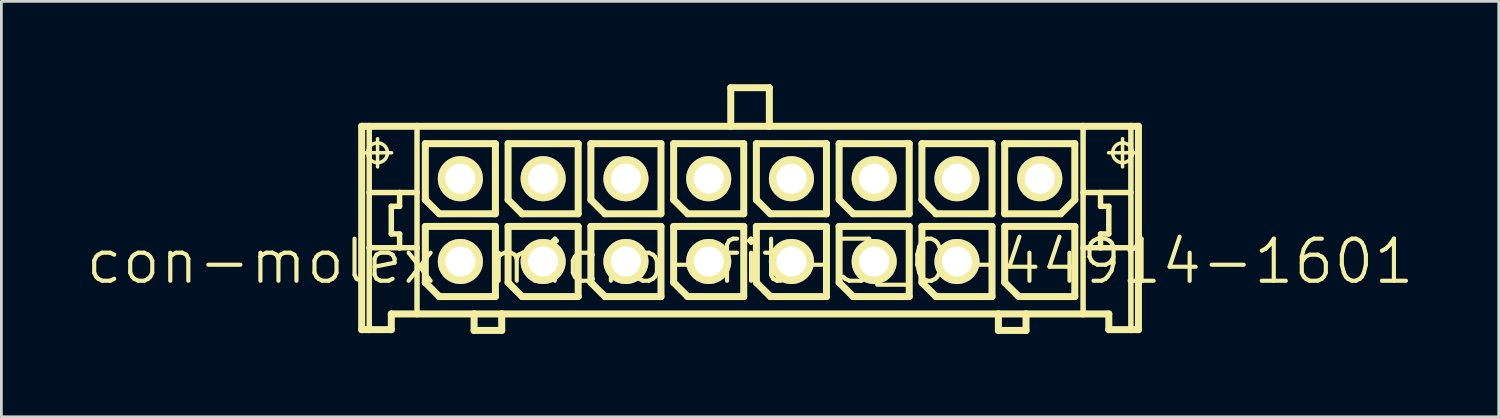
<source format=kicad_pcb>
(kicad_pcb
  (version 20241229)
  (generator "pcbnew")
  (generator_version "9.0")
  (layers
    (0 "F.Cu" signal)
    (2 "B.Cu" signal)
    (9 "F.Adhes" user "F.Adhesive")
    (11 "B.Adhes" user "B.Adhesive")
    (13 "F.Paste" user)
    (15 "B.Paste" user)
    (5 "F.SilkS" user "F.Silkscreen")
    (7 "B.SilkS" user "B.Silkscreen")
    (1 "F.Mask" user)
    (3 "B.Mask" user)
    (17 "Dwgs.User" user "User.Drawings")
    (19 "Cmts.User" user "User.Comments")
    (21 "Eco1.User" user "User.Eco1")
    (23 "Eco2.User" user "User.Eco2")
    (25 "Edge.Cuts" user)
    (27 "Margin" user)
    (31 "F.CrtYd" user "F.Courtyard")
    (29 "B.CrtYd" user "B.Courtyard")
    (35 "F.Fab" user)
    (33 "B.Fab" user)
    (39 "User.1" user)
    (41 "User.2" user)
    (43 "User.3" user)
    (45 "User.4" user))
  (footprint "con-molex-micro-fit-3_0-44914-1601"
    (layer "F.Cu")
    (at 24.13 6.426)
    (property "Reference" "con-molex-micro-fit-3_0-44914-1601" (at 0 0 0) (layer "F.SilkS") (effects (font (size 1.524 1.524) (thickness 0.15))))
    (attr exclude_from_pos_files exclude_from_bom)
    (fp_line (start -14.074 -4.9) (end -13.8 -4.9) (stroke (width 0.254) (type solid)) (layer "F.SilkS"))
    (fp_line (start -14.074 2.469) (end -14.074 -4.9) (stroke (width 0.254) (type solid)) (layer "F.SilkS"))
    (fp_line (start -14.008 -3.94) (end -12.99 -3.94) (stroke (width 0.127) (type solid)) (layer "F.SilkS"))
    (fp_line (start -13.8 -4.9) (end -12.068 -4.9) (stroke (width 0.254) (type solid)) (layer "F.SilkS"))
    (fp_line (start -13.8 -2.499) (end -13.8 -4.9) (stroke (width 0.198) (type solid)) (layer "F.SilkS"))
    (fp_line (start -13.8 -0.498) (end -13.8 -2.499) (stroke (width 0.198) (type solid)) (layer "F.SilkS"))
    (fp_line (start -13.8 2.469) (end -14.074 2.469) (stroke (width 0.254) (type solid)) (layer "F.SilkS"))
    (fp_line (start -13.8 2.469) (end -13.8 -0.498) (stroke (width 0.198) (type solid)) (layer "F.SilkS"))
    (fp_line (start -13.498 -3.429) (end -13.498 -4.448) (stroke (width 0.127) (type solid)) (layer "F.SilkS"))
    (fp_line (start -13 -1.999) (end -13 -0.998) (stroke (width 0.198) (type solid)) (layer "F.SilkS"))
    (fp_line (start -13 -0.998) (end -12.7 -0.998) (stroke (width 0.198) (type solid)) (layer "F.SilkS"))
    (fp_line (start -13 1.9) (end -13 2.469) (stroke (width 0.254) (type solid)) (layer "F.SilkS"))
    (fp_line (start -13 2.469) (end -13.8 2.469) (stroke (width 0.254) (type solid)) (layer "F.SilkS"))
    (fp_line (start -12.7 -2.499) (end -13.8 -2.499) (stroke (width 0.198) (type solid)) (layer "F.SilkS"))
    (fp_line (start -12.7 -2.499) (end -12.7 -1.999) (stroke (width 0.198) (type solid)) (layer "F.SilkS"))
    (fp_line (start -12.7 -1.999) (end -13 -1.999) (stroke (width 0.198) (type solid)) (layer "F.SilkS"))
    (fp_line (start -12.7 -0.998) (end -12.7 -0.498) (stroke (width 0.198) (type solid)) (layer "F.SilkS"))
    (fp_line (start -12.7 -0.498) (end -13.8 -0.498) (stroke (width 0.198) (type solid)) (layer "F.SilkS"))
    (fp_line (start -12.068 -4.9) (end -0.699 -4.9) (stroke (width 0.254) (type solid)) (layer "F.SilkS"))
    (fp_line (start -12.068 -2.499) (end -12.7 -2.499) (stroke (width 0.198) (type solid)) (layer "F.SilkS"))
    (fp_line (start -12.068 -2.499) (end -12.068 -4.9) (stroke (width 0.198) (type solid)) (layer "F.SilkS"))
    (fp_line (start -12.068 -0.498) (end -12.7 -0.498) (stroke (width 0.198) (type solid)) (layer "F.SilkS"))
    (fp_line (start -12.068 -0.498) (end -12.068 -2.499) (stroke (width 0.198) (type solid)) (layer "F.SilkS"))
    (fp_line (start -12.068 1.9) (end -13 1.9) (stroke (width 0.254) (type solid)) (layer "F.SilkS"))
    (fp_line (start -12.068 1.9) (end -12.068 -0.498) (stroke (width 0.198) (type solid)) (layer "F.SilkS"))
    (fp_line (start -11.768 -4.27) (end -9.228 -4.27) (stroke (width 0.254) (type solid)) (layer "F.SilkS"))
    (fp_line (start -11.768 -2.238) (end -11.768 -4.27) (stroke (width 0.254) (type solid)) (layer "F.SilkS"))
    (fp_line (start -11.768 -1.27) (end -9.228 -1.27) (stroke (width 0.254) (type solid)) (layer "F.SilkS"))
    (fp_line (start -11.768 0.762) (end -11.768 -1.27) (stroke (width 0.254) (type solid)) (layer "F.SilkS"))
    (fp_line (start -11.26 -1.73) (end -11.768 -2.238) (stroke (width 0.254) (type solid)) (layer "F.SilkS"))
    (fp_line (start -11.26 1.27) (end -11.768 0.762) (stroke (width 0.254) (type solid)) (layer "F.SilkS"))
    (fp_line (start -10 1.9) (end -12.068 1.9) (stroke (width 0.254) (type solid)) (layer "F.SilkS"))
    (fp_line (start -10 1.9) (end -10 2.499) (stroke (width 0.254) (type solid)) (layer "F.SilkS"))
    (fp_line (start -10 2.499) (end -8.999 2.499) (stroke (width 0.254) (type solid)) (layer "F.SilkS"))
    (fp_line (start -9.228 -4.27) (end -9.228 -1.73) (stroke (width 0.254) (type solid)) (layer "F.SilkS"))
    (fp_line (start -9.228 -1.73) (end -11.26 -1.73) (stroke (width 0.254) (type solid)) (layer "F.SilkS"))
    (fp_line (start -9.228 -1.27) (end -9.228 1.27) (stroke (width 0.254) (type solid)) (layer "F.SilkS"))
    (fp_line (start -9.228 1.27) (end -11.26 1.27) (stroke (width 0.254) (type solid)) (layer "F.SilkS"))
    (fp_line (start -8.999 1.9) (end -10 1.9) (stroke (width 0.254) (type solid)) (layer "F.SilkS"))
    (fp_line (start -8.999 2.499) (end -8.999 1.9) (stroke (width 0.254) (type solid)) (layer "F.SilkS"))
    (fp_line (start -8.768 -4.27) (end -6.228 -4.27) (stroke (width 0.254) (type solid)) (layer "F.SilkS"))
    (fp_line (start -8.768 -2.238) (end -8.768 -4.27) (stroke (width 0.254) (type solid)) (layer "F.SilkS"))
    (fp_line (start -8.768 -1.27) (end -6.228 -1.27) (stroke (width 0.254) (type solid)) (layer "F.SilkS"))
    (fp_line (start -8.768 0.762) (end -8.768 -1.27) (stroke (width 0.254) (type solid)) (layer "F.SilkS"))
    (fp_line (start -8.26 -1.73) (end -8.768 -2.238) (stroke (width 0.254) (type solid)) (layer "F.SilkS"))
    (fp_line (start -8.26 1.27) (end -8.768 0.762) (stroke (width 0.254) (type solid)) (layer "F.SilkS"))
    (fp_line (start -6.228 -4.27) (end -6.228 -1.73) (stroke (width 0.254) (type solid)) (layer "F.SilkS"))
    (fp_line (start -6.228 -1.73) (end -8.26 -1.73) (stroke (width 0.254) (type solid)) (layer "F.SilkS"))
    (fp_line (start -6.228 -1.27) (end -6.228 1.27) (stroke (width 0.254) (type solid)) (layer "F.SilkS"))
    (fp_line (start -6.228 1.27) (end -8.26 1.27) (stroke (width 0.254) (type solid)) (layer "F.SilkS"))
    (fp_line (start -5.768 -4.27) (end -3.228 -4.27) (stroke (width 0.254) (type solid)) (layer "F.SilkS"))
    (fp_line (start -5.768 -2.238) (end -5.768 -4.27) (stroke (width 0.254) (type solid)) (layer "F.SilkS"))
    (fp_line (start -5.768 -1.27) (end -3.228 -1.27) (stroke (width 0.254) (type solid)) (layer "F.SilkS"))
    (fp_line (start -5.768 0.762) (end -5.768 -1.27) (stroke (width 0.254) (type solid)) (layer "F.SilkS"))
    (fp_line (start -5.26 -1.73) (end -5.768 -2.238) (stroke (width 0.254) (type solid)) (layer "F.SilkS"))
    (fp_line (start -5.26 1.27) (end -5.768 0.762) (stroke (width 0.254) (type solid)) (layer "F.SilkS"))
    (fp_line (start -3.228 -4.27) (end -3.228 -1.73) (stroke (width 0.254) (type solid)) (layer "F.SilkS"))
    (fp_line (start -3.228 -1.73) (end -5.26 -1.73) (stroke (width 0.254) (type solid)) (layer "F.SilkS"))
    (fp_line (start -3.228 -1.27) (end -3.228 1.27) (stroke (width 0.254) (type solid)) (layer "F.SilkS"))
    (fp_line (start -3.228 1.27) (end -5.26 1.27) (stroke (width 0.254) (type solid)) (layer "F.SilkS"))
    (fp_line (start -2.769 -4.27) (end -0.229 -4.27) (stroke (width 0.254) (type solid)) (layer "F.SilkS"))
    (fp_line (start -2.769 -2.238) (end -2.769 -4.27) (stroke (width 0.254) (type solid)) (layer "F.SilkS"))
    (fp_line (start -2.769 -1.27) (end -0.229 -1.27) (stroke (width 0.254) (type solid)) (layer "F.SilkS"))
    (fp_line (start -2.769 0.762) (end -2.769 -1.27) (stroke (width 0.254) (type solid)) (layer "F.SilkS"))
    (fp_line (start -2.261 -1.73) (end -2.769 -2.238) (stroke (width 0.254) (type solid)) (layer "F.SilkS"))
    (fp_line (start -2.261 1.27) (end -2.769 0.762) (stroke (width 0.254) (type solid)) (layer "F.SilkS"))
    (fp_line (start -0.699 -6.299) (end -0.699 -4.9) (stroke (width 0.254) (type solid)) (layer "F.SilkS"))
    (fp_line (start -0.699 -6.299) (end 0.699 -6.299) (stroke (width 0.254) (type solid)) (layer "F.SilkS"))
    (fp_line (start -0.699 -4.9) (end 0.699 -4.9) (stroke (width 0.254) (type solid)) (layer "F.SilkS"))
    (fp_line (start -0.229 -4.27) (end -0.229 -1.73) (stroke (width 0.254) (type solid)) (layer "F.SilkS"))
    (fp_line (start -0.229 -1.73) (end -2.261 -1.73) (stroke (width 0.254) (type solid)) (layer "F.SilkS"))
    (fp_line (start -0.229 -1.27) (end -0.229 1.27) (stroke (width 0.254) (type solid)) (layer "F.SilkS"))
    (fp_line (start -0.229 1.27) (end -2.261 1.27) (stroke (width 0.254) (type solid)) (layer "F.SilkS"))
    (fp_line (start 0.229 -4.27) (end 2.769 -4.27) (stroke (width 0.254) (type solid)) (layer "F.SilkS"))
    (fp_line (start 0.229 -2.238) (end 0.229 -4.27) (stroke (width 0.254) (type solid)) (layer "F.SilkS"))
    (fp_line (start 0.229 -1.27) (end 2.769 -1.27) (stroke (width 0.254) (type solid)) (layer "F.SilkS"))
    (fp_line (start 0.229 0.762) (end 0.229 -1.27) (stroke (width 0.254) (type solid)) (layer "F.SilkS"))
    (fp_line (start 0.699 -6.299) (end 0.699 -4.9) (stroke (width 0.254) (type solid)) (layer "F.SilkS"))
    (fp_line (start 0.699 -4.9) (end 12.068 -4.9) (stroke (width 0.254) (type solid)) (layer "F.SilkS"))
    (fp_line (start 0.737 -1.73) (end 0.229 -2.238) (stroke (width 0.254) (type solid)) (layer "F.SilkS"))
    (fp_line (start 0.737 1.27) (end 0.229 0.762) (stroke (width 0.254) (type solid)) (layer "F.SilkS"))
    (fp_line (start 2.769 -4.27) (end 2.769 -1.73) (stroke (width 0.254) (type solid)) (layer "F.SilkS"))
    (fp_line (start 2.769 -1.73) (end 0.737 -1.73) (stroke (width 0.254) (type solid)) (layer "F.SilkS"))
    (fp_line (start 2.769 -1.27) (end 2.769 1.27) (stroke (width 0.254) (type solid)) (layer "F.SilkS"))
    (fp_line (start 2.769 1.27) (end 0.737 1.27) (stroke (width 0.254) (type solid)) (layer "F.SilkS"))
    (fp_line (start 3.228 -4.27) (end 5.768 -4.27) (stroke (width 0.254) (type solid)) (layer "F.SilkS"))
    (fp_line (start 3.228 -2.238) (end 3.228 -4.27) (stroke (width 0.254) (type solid)) (layer "F.SilkS"))
    (fp_line (start 3.228 -1.27) (end 5.768 -1.27) (stroke (width 0.254) (type solid)) (layer "F.SilkS"))
    (fp_line (start 3.228 0.762) (end 3.228 -1.27) (stroke (width 0.254) (type solid)) (layer "F.SilkS"))
    (fp_line (start 3.736 -1.73) (end 3.228 -2.238) (stroke (width 0.254) (type solid)) (layer "F.SilkS"))
    (fp_line (start 3.736 1.27) (end 3.228 0.762) (stroke (width 0.254) (type solid)) (layer "F.SilkS"))
    (fp_line (start 5.768 -4.27) (end 5.768 -1.73) (stroke (width 0.254) (type solid)) (layer "F.SilkS"))
    (fp_line (start 5.768 -1.73) (end 3.736 -1.73) (stroke (width 0.254) (type solid)) (layer "F.SilkS"))
    (fp_line (start 5.768 -1.27) (end 5.768 1.27) (stroke (width 0.254) (type solid)) (layer "F.SilkS"))
    (fp_line (start 5.768 1.27) (end 3.736 1.27) (stroke (width 0.254) (type solid)) (layer "F.SilkS"))
    (fp_line (start 6.228 -4.27) (end 8.768 -4.27) (stroke (width 0.254) (type solid)) (layer "F.SilkS"))
    (fp_line (start 6.228 -2.238) (end 6.228 -4.27) (stroke (width 0.254) (type solid)) (layer "F.SilkS"))
    (fp_line (start 6.228 -1.27) (end 8.768 -1.27) (stroke (width 0.254) (type solid)) (layer "F.SilkS"))
    (fp_line (start 6.228 0.762) (end 6.228 -1.27) (stroke (width 0.254) (type solid)) (layer "F.SilkS"))
    (fp_line (start 6.736 -1.73) (end 6.228 -2.238) (stroke (width 0.254) (type solid)) (layer "F.SilkS"))
    (fp_line (start 6.736 1.27) (end 6.228 0.762) (stroke (width 0.254) (type solid)) (layer "F.SilkS"))
    (fp_line (start 8.768 -4.27) (end 8.768 -1.73) (stroke (width 0.254) (type solid)) (layer "F.SilkS"))
    (fp_line (start 8.768 -1.73) (end 6.736 -1.73) (stroke (width 0.254) (type solid)) (layer "F.SilkS"))
    (fp_line (start 8.768 -1.27) (end 8.768 1.27) (stroke (width 0.254) (type solid)) (layer "F.SilkS"))
    (fp_line (start 8.768 1.27) (end 6.736 1.27) (stroke (width 0.254) (type solid)) (layer "F.SilkS"))
    (fp_line (start 8.999 1.9) (end -8.999 1.9) (stroke (width 0.254) (type solid)) (layer "F.SilkS"))
    (fp_line (start 8.999 1.9) (end 8.999 2.499) (stroke (width 0.254) (type solid)) (layer "F.SilkS"))
    (fp_line (start 8.999 2.499) (end 10 2.499) (stroke (width 0.254) (type solid)) (layer "F.SilkS"))
    (fp_line (start 9.228 -4.27) (end 9.228 -1.73) (stroke (width 0.254) (type solid)) (layer "F.SilkS"))
    (fp_line (start 9.228 -1.73) (end 11.26 -1.73) (stroke (width 0.254) (type solid)) (layer "F.SilkS"))
    (fp_line (start 9.228 -1.27) (end 11.768 -1.27) (stroke (width 0.254) (type solid)) (layer "F.SilkS"))
    (fp_line (start 9.228 0.762) (end 9.228 -1.27) (stroke (width 0.254) (type solid)) (layer "F.SilkS"))
    (fp_line (start 9.736 1.27) (end 9.228 0.762) (stroke (width 0.254) (type solid)) (layer "F.SilkS"))
    (fp_line (start 10 1.9) (end 8.999 1.9) (stroke (width 0.254) (type solid)) (layer "F.SilkS"))
    (fp_line (start 10 2.499) (end 10 1.9) (stroke (width 0.254) (type solid)) (layer "F.SilkS"))
    (fp_line (start 11.26 -1.73) (end 11.768 -2.238) (stroke (width 0.254) (type solid)) (layer "F.SilkS"))
    (fp_line (start 11.768 -4.27) (end 9.228 -4.27) (stroke (width 0.254) (type solid)) (layer "F.SilkS"))
    (fp_line (start 11.768 -2.238) (end 11.768 -4.27) (stroke (width 0.254) (type solid)) (layer "F.SilkS"))
    (fp_line (start 11.768 -1.27) (end 11.768 1.27) (stroke (width 0.254) (type solid)) (layer "F.SilkS"))
    (fp_line (start 11.768 1.27) (end 9.736 1.27) (stroke (width 0.254) (type solid)) (layer "F.SilkS"))
    (fp_line (start 12.068 -4.9) (end 12.068 -2.499) (stroke (width 0.198) (type solid)) (layer "F.SilkS"))
    (fp_line (start 12.068 -4.9) (end 13.8 -4.9) (stroke (width 0.254) (type solid)) (layer "F.SilkS"))
    (fp_line (start 12.068 -2.499) (end 12.068 -0.498) (stroke (width 0.198) (type solid)) (layer "F.SilkS"))
    (fp_line (start 12.068 -2.499) (end 12.7 -2.499) (stroke (width 0.198) (type solid)) (layer "F.SilkS"))
    (fp_line (start 12.068 -0.498) (end 12.068 1.9) (stroke (width 0.198) (type solid)) (layer "F.SilkS"))
    (fp_line (start 12.068 -0.498) (end 12.7 -0.498) (stroke (width 0.198) (type solid)) (layer "F.SilkS"))
    (fp_line (start 12.068 1.9) (end 10 1.9) (stroke (width 0.254) (type solid)) (layer "F.SilkS"))
    (fp_line (start 12.7 -2.499) (end 12.7 -1.999) (stroke (width 0.198) (type solid)) (layer "F.SilkS"))
    (fp_line (start 12.7 -2.499) (end 13.8 -2.499) (stroke (width 0.198) (type solid)) (layer "F.SilkS"))
    (fp_line (start 12.7 -1.999) (end 13 -1.999) (stroke (width 0.198) (type solid)) (layer "F.SilkS"))
    (fp_line (start 12.7 -0.998) (end 12.7 -0.498) (stroke (width 0.198) (type solid)) (layer "F.SilkS"))
    (fp_line (start 12.7 -0.498) (end 13.8 -0.498) (stroke (width 0.198) (type solid)) (layer "F.SilkS"))
    (fp_line (start 12.99 -3.94) (end 14.008 -3.94) (stroke (width 0.127) (type solid)) (layer "F.SilkS"))
    (fp_line (start 13 -1.999) (end 13 -0.998) (stroke (width 0.198) (type solid)) (layer "F.SilkS"))
    (fp_line (start 13 -0.998) (end 12.7 -0.998) (stroke (width 0.198) (type solid)) (layer "F.SilkS"))
    (fp_line (start 13 1.9) (end 12.068 1.9) (stroke (width 0.254) (type solid)) (layer "F.SilkS"))
    (fp_line (start 13 2.469) (end 13 1.9) (stroke (width 0.254) (type solid)) (layer "F.SilkS"))
    (fp_line (start 13 2.469) (end 13.8 2.469) (stroke (width 0.254) (type solid)) (layer "F.SilkS"))
    (fp_line (start 13.498 -3.429) (end 13.498 -4.448) (stroke (width 0.127) (type solid)) (layer "F.SilkS"))
    (fp_line (start 13.8 -4.9) (end 14.074 -4.9) (stroke (width 0.254) (type solid)) (layer "F.SilkS"))
    (fp_line (start 13.8 -2.499) (end 13.8 -4.9) (stroke (width 0.198) (type solid)) (layer "F.SilkS"))
    (fp_line (start 13.8 -0.498) (end 13.8 -2.499) (stroke (width 0.198) (type solid)) (layer "F.SilkS"))
    (fp_line (start 13.8 2.469) (end 13.8 -0.498) (stroke (width 0.198) (type solid)) (layer "F.SilkS"))
    (fp_line (start 13.8 2.469) (end 14.074 2.469) (stroke (width 0.254) (type solid)) (layer "F.SilkS"))
    (fp_line (start 14.074 -4.9) (end 14.074 2.469) (stroke (width 0.254) (type solid)) (layer "F.SilkS"))
    (fp_circle (center -13.498 -3.94) (end -13.752 -4.194) (stroke (width 0.127) (type solid)) (fill no) (layer "F.SilkS"))
    (fp_circle (center 13.498 -3.94) (end 13.752 -4.194) (stroke (width 0.127) (type solid)) (fill no) (layer "F.SilkS"))
    (pad "P$1" thru_hole rect (at 10.498 0) (size 0.001 0.001) (drill 1.09) (layers "*.Cu" "F.Mask" "F.SilkS" "F.Paste"))
    (pad "P$2" thru_hole circle (at 7.498 0) (size 1.633 1.633) (drill 1.09) (layers "*.Cu" "F.Mask" "F.SilkS" "F.Paste"))
    (pad "P$3" thru_hole circle (at 4.498 0) (size 1.633 1.633) (drill 1.09) (layers "*.Cu" "F.Mask" "F.SilkS" "F.Paste"))
    (pad "P$4" thru_hole circle (at 1.499 0) (size 1.633 1.633) (drill 1.09) (layers "*.Cu" "F.Mask" "F.SilkS" "F.Paste"))
    (pad "P$5" thru_hole circle (at -1.499 0) (size 1.633 1.633) (drill 1.09) (layers "*.Cu" "F.Mask" "F.SilkS" "F.Paste"))
    (pad "P$6" thru_hole circle (at -4.498 0) (size 1.633 1.633) (drill 1.09) (layers "*.Cu" "F.Mask" "F.SilkS" "F.Paste"))
    (pad "P$7" thru_hole circle (at -7.498 0) (size 1.633 1.633) (drill 1.09) (layers "*.Cu" "F.Mask" "F.SilkS" "F.Paste"))
    (pad "P$8" thru_hole circle (at -10.498 0) (size 1.633 1.633) (drill 1.09) (layers "*.Cu" "F.Mask" "F.SilkS" "F.Paste"))
    (pad "P$9" thru_hole circle (at 10.498 -3) (size 1.633 1.633) (drill 1.09) (layers "*.Cu" "F.Mask" "F.SilkS" "F.Paste"))
    (pad "P$10" thru_hole circle (at 7.498 -3) (size 1.633 1.633) (drill 1.09) (layers "*.Cu" "F.Mask" "F.SilkS" "F.Paste"))
    (pad "P$11" thru_hole circle (at 4.498 -3) (size 1.633 1.633) (drill 1.09) (layers "*.Cu" "F.Mask" "F.SilkS" "F.Paste"))
    (pad "P$12" thru_hole circle (at 1.499 -3) (size 1.633 1.633) (drill 1.09) (layers "*.Cu" "F.Mask" "F.SilkS" "F.Paste"))
    (pad "P$13" thru_hole circle (at -1.499 -3) (size 1.633 1.633) (drill 1.09) (layers "*.Cu" "F.Mask" "F.SilkS" "F.Paste"))
    (pad "P$14" thru_hole circle (at -4.498 -3) (size 1.633 1.633) (drill 1.09) (layers "*.Cu" "F.Mask" "F.SilkS" "F.Paste"))
    (pad "P$15" thru_hole circle (at -7.498 -3) (size 1.633 1.633) (drill 1.09) (layers "*.Cu" "F.Mask" "F.SilkS" "F.Paste"))
    (pad "P$16" thru_hole circle (at -10.498 -3) (size 1.633 1.633) (drill 1.09) (layers "*.Cu" "F.Mask" "F.SilkS" "F.Paste")))
  (gr_rect
    (start -3 -3)
    (end 51.26 12.053)
    (stroke (width 0.1) (type default))
    (fill no)
    (layer "Edge.Cuts")))
</source>
